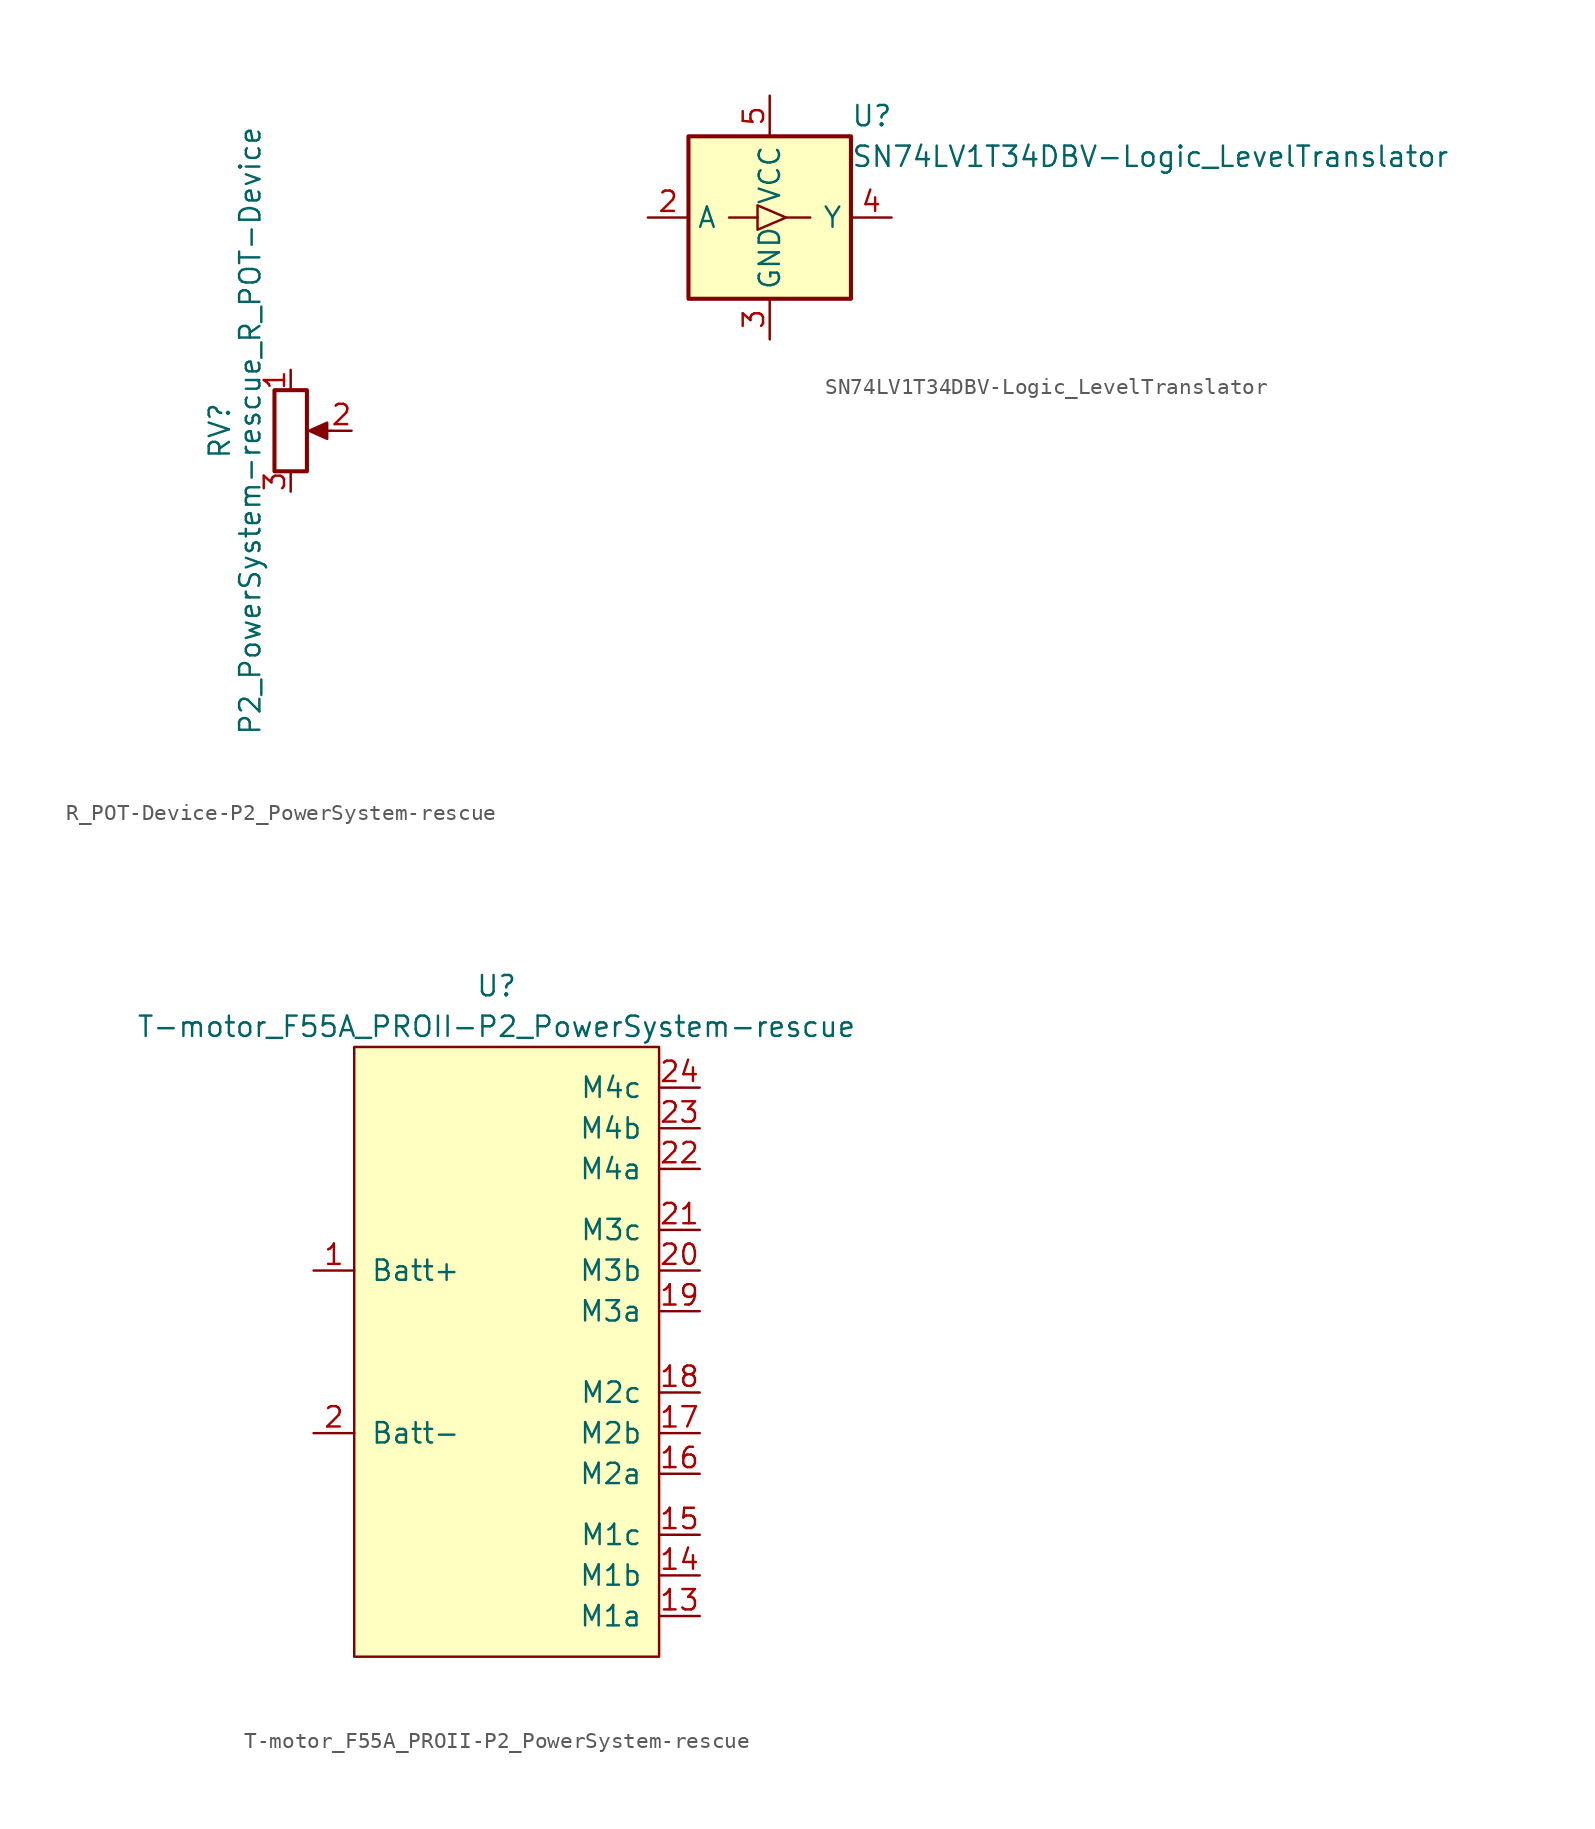
<source format=kicad_sym>
(kicad_symbol_lib
  (version 20231120)
  (generator "kicad_symbol_editor")
  (generator_version "8.0")
  (symbol "R_POT-Device-P2_PowerSystem-rescue"
    (pin_names
      (offset 1.016) hide)
    (property "Reference" "RV"
      (at -4.445 0 90)
      (effects (font (size 1.27 1.27))))
    (property "Value" "P2_PowerSystem-rescue_R_POT-Device"
      (at -2.54 0 90)
      (effects (font (size 1.27 1.27))))
    (symbol "R_POT-Device-P2_PowerSystem-rescue_0_1"
      (polyline (pts (xy 2.54 0) (xy 1.524 0)) (stroke (width 0) (type solid)) (fill (type none)))
      (polyline (pts (xy 1.143 0) (xy 2.286 0.508) (xy 2.286 -0.508) (xy 1.143 0)) (stroke (width 0) (type solid)) (fill (type outline)))
      (rectangle (start 1.016 2.54) (end -1.016 -2.54) (stroke (width 0.254) (type solid)) (fill (type none))))
    (symbol "R_POT-Device-P2_PowerSystem-rescue_1_1"
      (pin passive line (at 0 3.81 270) (length 1.27) (name "1" (effects (font (size 1.27 1.27)))) (number "1" (effects (font (size 1.27 1.27)))))
      (pin passive line (at 3.81 0 180) (length 1.27) (name "2" (effects (font (size 1.27 1.27)))) (number "2" (effects (font (size 1.27 1.27)))))
      (pin passive line (at 0 -3.81 90) (length 1.27) (name "3" (effects (font (size 1.27 1.27)))) (number "3" (effects (font (size 1.27 1.27)))))))
  (symbol "SN74LV1T34DBV-Logic_LevelTranslator"
    (property "Reference" "U"
      (at 5.08 6.35 0)
      (effects (font (size 1.27 1.27)) (justify left)))
    (property "Value" "SN74LV1T34DBV-Logic_LevelTranslator"
      (at 5.08 3.81 0)
      (effects (font (size 1.27 1.27)) (justify left)))
    (symbol "SN74LV1T34DBV-Logic_LevelTranslator_0_1"
      (rectangle (start -5.08 5.08) (end 5.08 -5.08) (stroke (width 0.254) (type solid)) (fill (type background)))
      (polyline (pts (xy -0.762 0) (xy -2.54 0)) (stroke (width 0) (type solid)) (fill (type none)))
      (polyline (pts (xy 1.016 0) (xy 2.54 0)) (stroke (width 0) (type solid)) (fill (type none))))
    (symbol "SN74LV1T34DBV-Logic_LevelTranslator_1_1"
      (polyline (pts (xy -0.762 -0.762) (xy -0.762 0.762) (xy 1.016 0) (xy -0.762 -0.762)) (stroke (width 0) (type solid)) (fill (type none)))
      (pin no_connect line (at -5.08 2.54 0) (length 2.54) hide (name "NC" (effects (font (size 1.27 1.27)))) (number "1" (effects (font (size 1.27 1.27)))))
      (pin input line (at -7.62 0 0) (length 2.54) (name "A" (effects (font (size 1.27 1.27)))) (number "2" (effects (font (size 1.27 1.27)))))
      (pin power_in line (at 0 -7.62 90) (length 2.54) (name "GND" (effects (font (size 1.27 1.27)))) (number "3" (effects (font (size 1.27 1.27)))))
      (pin output line (at 7.62 0 180) (length 2.54) (name "Y" (effects (font (size 1.27 1.27)))) (number "4" (effects (font (size 1.27 1.27)))))
      (pin power_in line (at 0 7.62 270) (length 2.54) (name "VCC" (effects (font (size 1.27 1.27)))) (number "5" (effects (font (size 1.27 1.27)))))))
  (symbol "T-motor_F55A_PROII-P2_PowerSystem-rescue"
    (pin_names
      (offset 1.016))
    (property "Reference" "U"
      (at 0 22.86 0)
      (effects (font (size 1.27 1.27))))
    (property "Value" "T-motor_F55A_PROII-P2_PowerSystem-rescue"
      (at 0 20.32 0)
      (effects (font (size 1.27 1.27))))
    (symbol "T-motor_F55A_PROII-P2_PowerSystem-rescue_0_1"
      (rectangle (start -8.89 19.05) (end 10.16 -19.05) (stroke (width 0) (type solid)) (fill (type background))))
    (symbol "T-motor_F55A_PROII-P2_PowerSystem-rescue_1_1"
      (pin input line (at -11.43 5.08 0) (length 2.54) (name "Batt+" (effects (font (size 1.27 1.27)))) (number "1" (effects (font (size 1.27 1.27)))))
      (pin output line (at 12.7 -16.51 180) (length 2.54) (name "M1a" (effects (font (size 1.27 1.27)))) (number "13" (effects (font (size 1.27 1.27)))))
      (pin output line (at 12.7 -13.97 180) (length 2.54) (name "M1b" (effects (font (size 1.27 1.27)))) (number "14" (effects (font (size 1.27 1.27)))))
      (pin output line (at 12.7 -11.43 180) (length 2.54) (name "M1c" (effects (font (size 1.27 1.27)))) (number "15" (effects (font (size 1.27 1.27)))))
      (pin output line (at 12.7 -7.62 180) (length 2.54) (name "M2a" (effects (font (size 1.27 1.27)))) (number "16" (effects (font (size 1.27 1.27)))))
      (pin output line (at 12.7 -5.08 180) (length 2.54) (name "M2b" (effects (font (size 1.27 1.27)))) (number "17" (effects (font (size 1.27 1.27)))))
      (pin output line (at 12.7 -2.54 180) (length 2.54) (name "M2c" (effects (font (size 1.27 1.27)))) (number "18" (effects (font (size 1.27 1.27)))))
      (pin output line (at 12.7 2.54 180) (length 2.54) (name "M3a" (effects (font (size 1.27 1.27)))) (number "19" (effects (font (size 1.27 1.27)))))
      (pin input line (at -11.43 -5.08 0) (length 2.54) (name "Batt-" (effects (font (size 1.27 1.27)))) (number "2" (effects (font (size 1.27 1.27)))))
      (pin output line (at 12.7 5.08 180) (length 2.54) (name "M3b" (effects (font (size 1.27 1.27)))) (number "20" (effects (font (size 1.27 1.27)))))
      (pin output line (at 12.7 7.62 180) (length 2.54) (name "M3c" (effects (font (size 1.27 1.27)))) (number "21" (effects (font (size 1.27 1.27)))))
      (pin output line (at 12.7 11.43 180) (length 2.54) (name "M4a" (effects (font (size 1.27 1.27)))) (number "22" (effects (font (size 1.27 1.27)))))
      (pin output line (at 12.7 13.97 180) (length 2.54) (name "M4b" (effects (font (size 1.27 1.27)))) (number "23" (effects (font (size 1.27 1.27)))))
      (pin output line (at 12.7 16.51 180) (length 2.54) (name "M4c" (effects (font (size 1.27 1.27)))) (number "24" (effects (font (size 1.27 1.27))))))))
</source>
